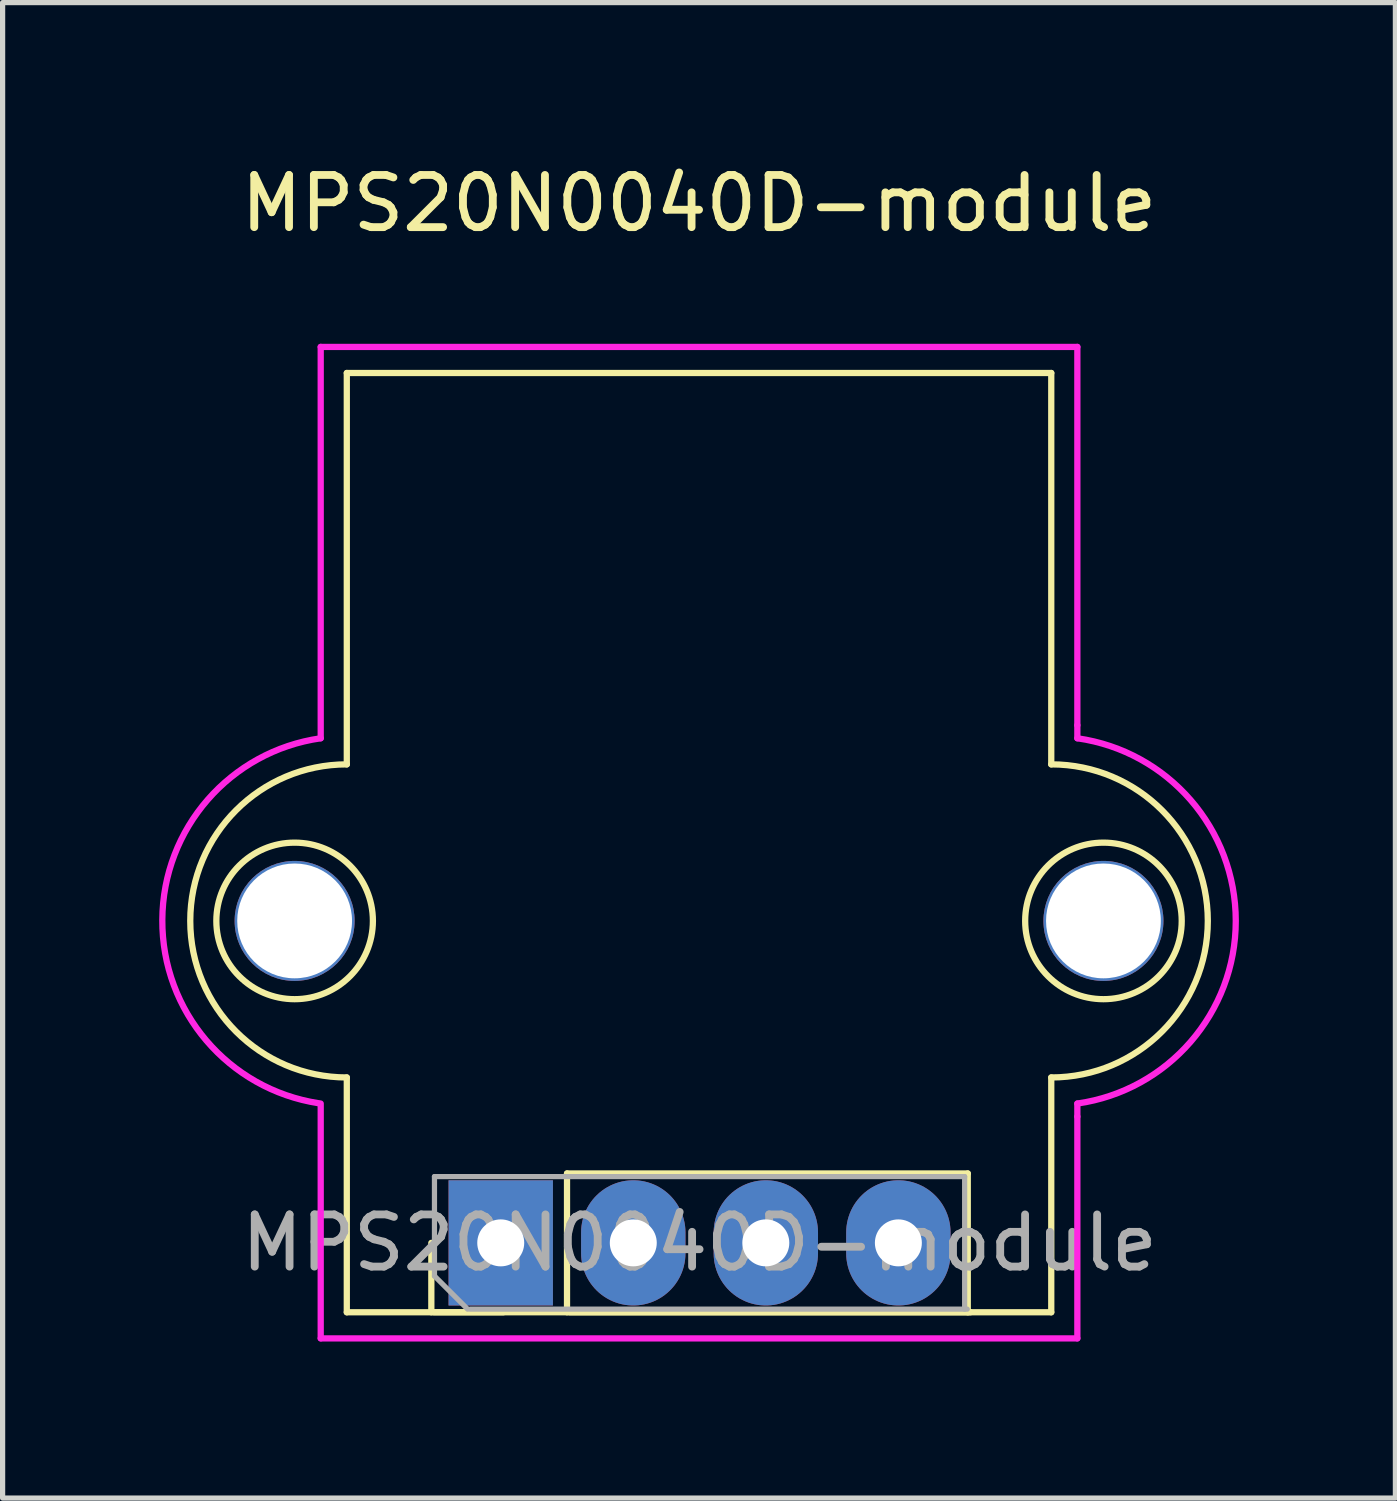
<source format=kicad_pcb>
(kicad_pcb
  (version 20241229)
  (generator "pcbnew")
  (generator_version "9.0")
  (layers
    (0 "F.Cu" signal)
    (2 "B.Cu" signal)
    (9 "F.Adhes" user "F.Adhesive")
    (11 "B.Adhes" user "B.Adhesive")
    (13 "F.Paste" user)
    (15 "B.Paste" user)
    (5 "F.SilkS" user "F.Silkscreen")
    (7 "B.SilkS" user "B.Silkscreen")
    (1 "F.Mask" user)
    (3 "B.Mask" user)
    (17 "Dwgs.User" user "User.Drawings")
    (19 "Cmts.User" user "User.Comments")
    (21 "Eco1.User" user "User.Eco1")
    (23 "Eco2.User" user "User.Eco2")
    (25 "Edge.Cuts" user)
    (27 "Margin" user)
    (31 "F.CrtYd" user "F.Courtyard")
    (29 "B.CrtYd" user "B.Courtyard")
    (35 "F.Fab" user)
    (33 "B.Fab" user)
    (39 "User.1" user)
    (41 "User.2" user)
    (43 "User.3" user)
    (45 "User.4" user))
  (footprint "MPS20N0040D-module"
    (layer "F.Cu")
    (at 10.346 13.098)
    (property "Reference" "MPS20N0040D-module" (at 0 -12.25 180) (layer "F.SilkS") (effects (font (size 1 1) (thickness 0.15))))
    (attr through_hole)
    (fp_line (start -6.75 -9) (end 6.75 -9) (stroke (width 0.12) (type solid)) (layer "F.SilkS"))
    (fp_line (start -6.75 -1.5) (end -6.75 -9) (stroke (width 0.12) (type solid)) (layer "F.SilkS"))
    (fp_line (start -6.75 9) (end -6.75 4.5) (stroke (width 0.12) (type solid)) (layer "F.SilkS"))
    (fp_line (start -5.13 9) (end -5.13 7.67) (stroke (width 0.12) (type solid)) (layer "F.SilkS"))
    (fp_line (start -3.75 9) (end -5.08 9) (stroke (width 0.12) (type solid)) (layer "F.SilkS"))
    (fp_line (start -2.53 6.34) (end 5.15 6.34) (stroke (width 0.12) (type solid)) (layer "F.SilkS"))
    (fp_line (start -2.53 9) (end -2.53 6.34) (stroke (width 0.12) (type solid)) (layer "F.SilkS"))
    (fp_line (start -2.48 9) (end 5.2 9) (stroke (width 0.12) (type solid)) (layer "F.SilkS"))
    (fp_line (start 5.15 9) (end 5.15 6.34) (stroke (width 0.12) (type solid)) (layer "F.SilkS"))
    (fp_line (start 6.75 -1.5) (end 6.75 -9) (stroke (width 0.12) (type solid)) (layer "F.SilkS"))
    (fp_line (start 6.75 9) (end -6.75 9) (stroke (width 0.12) (type solid)) (layer "F.SilkS"))
    (fp_line (start 6.75 9) (end 6.75 4.5) (stroke (width 0.12) (type solid)) (layer "F.SilkS"))
    (fp_arc (start -6.75 4.5) (mid -9.75 1.5) (end -6.75 -1.5) (stroke (width 0.12) (type solid)) (layer "F.SilkS"))
    (fp_arc (start 6.75 -1.5) (mid 9.75 1.5) (end 6.75 4.5) (stroke (width 0.12) (type solid)) (layer "F.SilkS"))
    (fp_circle (center -7.75 1.5) (end -9.25 1.5) (stroke (width 0.12) (type solid)) (fill no) (layer "F.SilkS"))
    (fp_circle (center 7.75 1.5) (end 9.25 1.5) (stroke (width 0.12) (type solid)) (fill no) (layer "F.SilkS"))
    (fp_line (start -7.25 -9.5) (end -7.25 -2) (stroke (width 0.12) (type solid)) (layer "F.CrtYd"))
    (fp_line (start -7.25 -9.5) (end 7.25 -9.5) (stroke (width 0.12) (type solid)) (layer "F.CrtYd"))
    (fp_line (start -7.25 9.5) (end -7.25 5) (stroke (width 0.12) (type solid)) (layer "F.CrtYd"))
    (fp_line (start 7.25 -9.5) (end 7.25 -2.25) (stroke (width 0.12) (type solid)) (layer "F.CrtYd"))
    (fp_line (start 7.25 -2.25) (end 7.25 -2) (stroke (width 0.12) (type solid)) (layer "F.CrtYd"))
    (fp_line (start 7.25 5.25) (end 7.25 5) (stroke (width 0.12) (type solid)) (layer "F.CrtYd"))
    (fp_line (start 7.25 9.5) (end -7.25 9.5) (stroke (width 0.12) (type solid)) (layer "F.CrtYd"))
    (fp_line (start 7.25 9.5) (end 7.25 5.25) (stroke (width 0.12) (type solid)) (layer "F.CrtYd"))
    (fp_arc (start -7.287604 4.99442) (mid -10.285481 1.480992) (end -7.249999 -1.999999) (stroke (width 0.12) (type solid)) (layer "F.CrtYd"))
    (fp_arc (start 7.25 -1.999999) (mid 10.285533 1.5) (end 7.249999 4.999999) (stroke (width 0.12) (type solid)) (layer "F.CrtYd"))
    (fp_line (start -5.07 6.4) (end 5.09 6.4) (stroke (width 0.1) (type solid)) (layer "F.Fab"))
    (fp_line (start -5.07 8.305) (end -5.07 6.4) (stroke (width 0.1) (type solid)) (layer "F.Fab"))
    (fp_line (start -4.435 8.94) (end -5.07 8.305) (stroke (width 0.1) (type solid)) (layer "F.Fab"))
    (fp_line (start 5.09 6.4) (end 5.09 8.94) (stroke (width 0.1) (type solid)) (layer "F.Fab"))
    (fp_line (start 5.14 8.94) (end -4.385 8.94) (stroke (width 0.1) (type solid)) (layer "F.Fab"))
    (fp_text user "${REFERENCE}" (at 0.01 7.67 180) (layer "F.Fab") (effects (font (size 1 1) (thickness 0.15))))
    (pad "" np_thru_hole circle (at -7.75 1.5 90) (size 2.3 2.3) (drill 2.2) (layers "*.Cu" "*.Mask"))
    (pad "" np_thru_hole circle (at 7.75 1.5 90) (size 2.3 2.3) (drill 2.2) (layers "*.Cu" "*.Mask"))
    (pad "1" thru_hole rect (at -3.8 7.67 90) (size 2.4 2) (drill 0.9) (layers "*.Cu" "*.Mask"))
    (pad "2" thru_hole oval (at -1.26 7.67 90) (size 2.4 2) (drill 0.9) (layers "*.Cu" "*.Mask"))
    (pad "3" thru_hole oval (at 1.28 7.67 90) (size 2.4 2) (drill 0.9) (layers "*.Cu" "*.Mask"))
    (pad "4" thru_hole oval (at 3.82 7.67 90) (size 2.4 2) (drill 0.9) (layers "*.Cu" "*.Mask")))
  (gr_rect
    (start -3 -3)
    (end 23.691 25.658)
    (stroke (width 0.1) (type default))
    (fill no)
    (layer "Edge.Cuts")))
</source>
